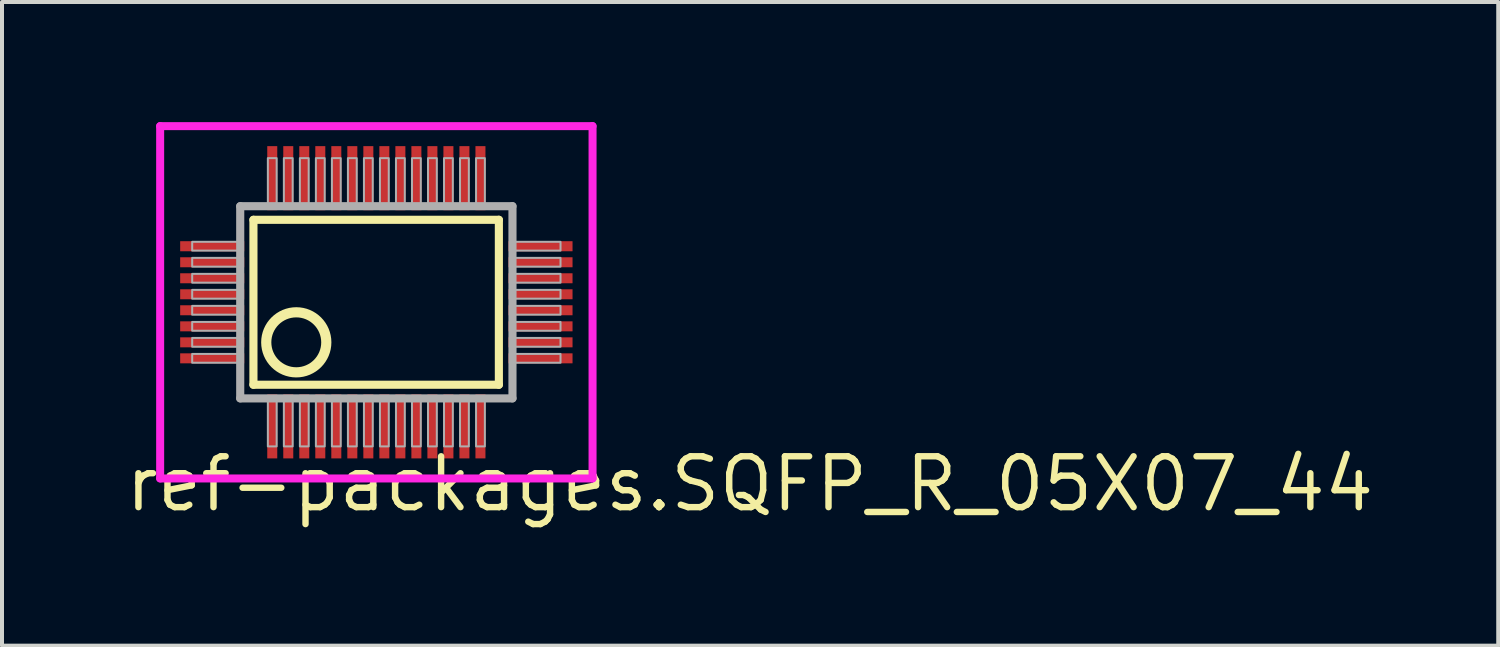
<source format=kicad_pcb>
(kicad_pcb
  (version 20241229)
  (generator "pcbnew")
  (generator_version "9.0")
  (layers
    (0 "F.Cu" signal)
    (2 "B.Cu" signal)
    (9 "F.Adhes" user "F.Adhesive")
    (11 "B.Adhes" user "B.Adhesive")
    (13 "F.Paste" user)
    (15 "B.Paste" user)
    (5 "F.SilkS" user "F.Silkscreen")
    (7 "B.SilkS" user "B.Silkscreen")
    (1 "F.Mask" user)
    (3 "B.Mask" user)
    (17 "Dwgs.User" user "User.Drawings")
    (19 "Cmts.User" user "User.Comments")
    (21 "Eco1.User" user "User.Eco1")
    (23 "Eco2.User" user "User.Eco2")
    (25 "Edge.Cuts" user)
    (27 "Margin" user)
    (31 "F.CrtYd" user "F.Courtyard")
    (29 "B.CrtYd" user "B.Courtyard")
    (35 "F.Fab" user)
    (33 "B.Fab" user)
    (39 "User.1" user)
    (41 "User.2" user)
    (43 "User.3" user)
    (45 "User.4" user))
  (footprint "ref-packages.SQFP_R_05X07_44"
    (layer "F.Cu")
    (at 6.35 4.5)
    (property "Reference" "ref-packages.SQFP_R_05X07_44" (at -6.35 5.28 0) (layer "F.SilkS") (effects (font (size 1.27 1.27) (thickness 0.16)) (justify left bottom)))
    (attr smd)
    (fp_line (start -3.07 -2.06) (end 3.06 -2.06) (stroke (width 0.203) (type default)) (layer "F.SilkS"))
    (fp_line (start -3.07 2.06) (end -3.07 -2.06) (stroke (width 0.203) (type default)) (layer "F.SilkS"))
    (fp_line (start 3.06 -2.06) (end 3.06 2.06) (stroke (width 0.203) (type default)) (layer "F.SilkS"))
    (fp_line (start 3.06 2.06) (end -3.07 2.06) (stroke (width 0.203) (type default)) (layer "F.SilkS"))
    (fp_circle (center -2 1) (end -1.25 1) (stroke (width 0.254) (type default)) (fill no) (layer "F.SilkS"))
    (fp_line (start -5.4 -4.4) (end 5.4 -4.4) (stroke (width 0.2) (type default)) (layer "F.CrtYd"))
    (fp_line (start -5.4 4.4) (end -5.4 -4.4) (stroke (width 0.2) (type default)) (layer "F.CrtYd"))
    (fp_line (start 5.4 -4.4) (end 5.4 4.4) (stroke (width 0.2) (type default)) (layer "F.CrtYd"))
    (fp_line (start 5.4 4.4) (end -5.4 4.4) (stroke (width 0.2) (type default)) (layer "F.CrtYd"))
    (fp_line (start -3.4 -2.4) (end -3.4 2.4) (stroke (width 0.203) (type default)) (layer "F.Fab"))
    (fp_line (start -3.4 2.4) (end 3.4 2.4) (stroke (width 0.203) (type default)) (layer "F.Fab"))
    (fp_line (start 3.4 -2.4) (end -3.4 -2.4) (stroke (width 0.203) (type default)) (layer "F.Fab"))
    (fp_line (start 3.4 2.4) (end 3.4 -2.4) (stroke (width 0.203) (type default)) (layer "F.Fab"))
    (fp_rect (start -4.6 -1.29) (end -3.45 -1.51) (stroke (width 0.05) (type default)) (fill no) (layer "F.Fab"))
    (fp_rect (start -4.6 -0.89) (end -3.45 -1.11) (stroke (width 0.05) (type default)) (fill no) (layer "F.Fab"))
    (fp_rect (start -4.6 -0.49) (end -3.45 -0.71) (stroke (width 0.05) (type default)) (fill no) (layer "F.Fab"))
    (fp_rect (start -4.6 -0.09) (end -3.45 -0.31) (stroke (width 0.05) (type default)) (fill no) (layer "F.Fab"))
    (fp_rect (start -4.6 0.31) (end -3.45 0.09) (stroke (width 0.05) (type default)) (fill no) (layer "F.Fab"))
    (fp_rect (start -4.6 0.71) (end -3.45 0.49) (stroke (width 0.05) (type default)) (fill no) (layer "F.Fab"))
    (fp_rect (start -4.6 1.11) (end -3.45 0.89) (stroke (width 0.05) (type default)) (fill no) (layer "F.Fab"))
    (fp_rect (start -4.6 1.51) (end -3.45 1.29) (stroke (width 0.05) (type default)) (fill no) (layer "F.Fab"))
    (fp_rect (start -2.71 -2.45) (end -2.49 -3.6) (stroke (width 0.05) (type default)) (fill no) (layer "F.Fab"))
    (fp_rect (start -2.71 3.6) (end -2.49 2.45) (stroke (width 0.05) (type default)) (fill no) (layer "F.Fab"))
    (fp_rect (start -2.31 -2.45) (end -2.09 -3.6) (stroke (width 0.05) (type default)) (fill no) (layer "F.Fab"))
    (fp_rect (start -2.31 3.6) (end -2.09 2.45) (stroke (width 0.05) (type default)) (fill no) (layer "F.Fab"))
    (fp_rect (start -1.91 -2.45) (end -1.69 -3.6) (stroke (width 0.05) (type default)) (fill no) (layer "F.Fab"))
    (fp_rect (start -1.91 3.6) (end -1.69 2.45) (stroke (width 0.05) (type default)) (fill no) (layer "F.Fab"))
    (fp_rect (start -1.51 -2.45) (end -1.29 -3.6) (stroke (width 0.05) (type default)) (fill no) (layer "F.Fab"))
    (fp_rect (start -1.51 3.6) (end -1.29 2.45) (stroke (width 0.05) (type default)) (fill no) (layer "F.Fab"))
    (fp_rect (start -1.11 -2.45) (end -0.89 -3.6) (stroke (width 0.05) (type default)) (fill no) (layer "F.Fab"))
    (fp_rect (start -1.11 3.6) (end -0.89 2.45) (stroke (width 0.05) (type default)) (fill no) (layer "F.Fab"))
    (fp_rect (start -0.71 -2.45) (end -0.49 -3.6) (stroke (width 0.05) (type default)) (fill no) (layer "F.Fab"))
    (fp_rect (start -0.71 3.6) (end -0.49 2.45) (stroke (width 0.05) (type default)) (fill no) (layer "F.Fab"))
    (fp_rect (start -0.31 -2.45) (end -0.09 -3.6) (stroke (width 0.05) (type default)) (fill no) (layer "F.Fab"))
    (fp_rect (start -0.31 3.6) (end -0.09 2.45) (stroke (width 0.05) (type default)) (fill no) (layer "F.Fab"))
    (fp_rect (start 0.09 -2.45) (end 0.31 -3.6) (stroke (width 0.05) (type default)) (fill no) (layer "F.Fab"))
    (fp_rect (start 0.09 3.6) (end 0.31 2.45) (stroke (width 0.05) (type default)) (fill no) (layer "F.Fab"))
    (fp_rect (start 0.49 -2.45) (end 0.71 -3.6) (stroke (width 0.05) (type default)) (fill no) (layer "F.Fab"))
    (fp_rect (start 0.49 3.6) (end 0.71 2.45) (stroke (width 0.05) (type default)) (fill no) (layer "F.Fab"))
    (fp_rect (start 0.89 -2.45) (end 1.11 -3.6) (stroke (width 0.05) (type default)) (fill no) (layer "F.Fab"))
    (fp_rect (start 0.89 3.6) (end 1.11 2.45) (stroke (width 0.05) (type default)) (fill no) (layer "F.Fab"))
    (fp_rect (start 1.29 -2.45) (end 1.51 -3.6) (stroke (width 0.05) (type default)) (fill no) (layer "F.Fab"))
    (fp_rect (start 1.29 3.6) (end 1.51 2.45) (stroke (width 0.05) (type default)) (fill no) (layer "F.Fab"))
    (fp_rect (start 1.69 -2.45) (end 1.91 -3.6) (stroke (width 0.05) (type default)) (fill no) (layer "F.Fab"))
    (fp_rect (start 1.69 3.6) (end 1.91 2.45) (stroke (width 0.05) (type default)) (fill no) (layer "F.Fab"))
    (fp_rect (start 2.09 -2.45) (end 2.31 -3.6) (stroke (width 0.05) (type default)) (fill no) (layer "F.Fab"))
    (fp_rect (start 2.09 3.6) (end 2.31 2.45) (stroke (width 0.05) (type default)) (fill no) (layer "F.Fab"))
    (fp_rect (start 2.49 -2.45) (end 2.71 -3.6) (stroke (width 0.05) (type default)) (fill no) (layer "F.Fab"))
    (fp_rect (start 2.49 3.6) (end 2.71 2.45) (stroke (width 0.05) (type default)) (fill no) (layer "F.Fab"))
    (fp_rect (start 3.45 -1.29) (end 4.6 -1.51) (stroke (width 0.05) (type default)) (fill no) (layer "F.Fab"))
    (fp_rect (start 3.45 -0.89) (end 4.6 -1.11) (stroke (width 0.05) (type default)) (fill no) (layer "F.Fab"))
    (fp_rect (start 3.45 -0.49) (end 4.6 -0.71) (stroke (width 0.05) (type default)) (fill no) (layer "F.Fab"))
    (fp_rect (start 3.45 -0.09) (end 4.6 -0.31) (stroke (width 0.05) (type default)) (fill no) (layer "F.Fab"))
    (fp_rect (start 3.45 0.31) (end 4.6 0.09) (stroke (width 0.05) (type default)) (fill no) (layer "F.Fab"))
    (fp_rect (start 3.45 0.71) (end 4.6 0.49) (stroke (width 0.05) (type default)) (fill no) (layer "F.Fab"))
    (fp_rect (start 3.45 1.11) (end 4.6 0.89) (stroke (width 0.05) (type default)) (fill no) (layer "F.Fab"))
    (fp_rect (start 3.45 1.51) (end 4.6 1.29) (stroke (width 0.05) (type default)) (fill no) (layer "F.Fab"))
    (pad "1" smd roundrect (at -2.6 3.1) (size 0.25 1.6) (layers "F.Cu" "F.Mask" "F.Paste") (roundrect_rratio 0.01))
    (pad "2" smd roundrect (at -2.2 3.1) (size 0.25 1.6) (layers "F.Cu" "F.Mask" "F.Paste") (roundrect_rratio 0.01))
    (pad "3" smd roundrect (at -1.8 3.1) (size 0.25 1.6) (layers "F.Cu" "F.Mask" "F.Paste") (roundrect_rratio 0.01))
    (pad "4" smd roundrect (at -1.4 3.1) (size 0.25 1.6) (layers "F.Cu" "F.Mask" "F.Paste") (roundrect_rratio 0.01))
    (pad "5" smd roundrect (at -1 3.1) (size 0.25 1.6) (layers "F.Cu" "F.Mask" "F.Paste") (roundrect_rratio 0.01))
    (pad "6" smd roundrect (at -0.6 3.1) (size 0.25 1.6) (layers "F.Cu" "F.Mask" "F.Paste") (roundrect_rratio 0.01))
    (pad "7" smd roundrect (at -0.2 3.1) (size 0.25 1.6) (layers "F.Cu" "F.Mask" "F.Paste") (roundrect_rratio 0.01))
    (pad "8" smd roundrect (at 0.2 3.1) (size 0.25 1.6) (layers "F.Cu" "F.Mask" "F.Paste") (roundrect_rratio 0.01))
    (pad "9" smd roundrect (at 0.6 3.1) (size 0.25 1.6) (layers "F.Cu" "F.Mask" "F.Paste") (roundrect_rratio 0.01))
    (pad "10" smd roundrect (at 1 3.1) (size 0.25 1.6) (layers "F.Cu" "F.Mask" "F.Paste") (roundrect_rratio 0.01))
    (pad "11" smd roundrect (at 1.4 3.1) (size 0.25 1.6) (layers "F.Cu" "F.Mask" "F.Paste") (roundrect_rratio 0.01))
    (pad "12" smd roundrect (at 1.8 3.1) (size 0.25 1.6) (layers "F.Cu" "F.Mask" "F.Paste") (roundrect_rratio 0.01))
    (pad "13" smd roundrect (at 2.2 3.1) (size 0.25 1.6) (layers "F.Cu" "F.Mask" "F.Paste") (roundrect_rratio 0.01))
    (pad "14" smd roundrect (at 2.6 3.1) (size 0.25 1.6) (layers "F.Cu" "F.Mask" "F.Paste") (roundrect_rratio 0.01))
    (pad "15" smd roundrect (at 4.1 1.4) (size 1.6 0.25) (layers "F.Cu" "F.Mask" "F.Paste") (roundrect_rratio 0.01))
    (pad "16" smd roundrect (at 4.1 1) (size 1.6 0.25) (layers "F.Cu" "F.Mask" "F.Paste") (roundrect_rratio 0.01))
    (pad "17" smd roundrect (at 4.1 0.6) (size 1.6 0.25) (layers "F.Cu" "F.Mask" "F.Paste") (roundrect_rratio 0.01))
    (pad "18" smd roundrect (at 4.1 0.2) (size 1.6 0.25) (layers "F.Cu" "F.Mask" "F.Paste") (roundrect_rratio 0.01))
    (pad "19" smd roundrect (at 4.1 -0.2) (size 1.6 0.25) (layers "F.Cu" "F.Mask" "F.Paste") (roundrect_rratio 0.01))
    (pad "20" smd roundrect (at 4.1 -0.6) (size 1.6 0.25) (layers "F.Cu" "F.Mask" "F.Paste") (roundrect_rratio 0.01))
    (pad "21" smd roundrect (at 4.1 -1) (size 1.6 0.25) (layers "F.Cu" "F.Mask" "F.Paste") (roundrect_rratio 0.01))
    (pad "22" smd roundrect (at 4.1 -1.4) (size 1.6 0.25) (layers "F.Cu" "F.Mask" "F.Paste") (roundrect_rratio 0.01))
    (pad "23" smd roundrect (at 2.6 -3.1) (size 0.25 1.6) (layers "F.Cu" "F.Mask" "F.Paste") (roundrect_rratio 0.01))
    (pad "24" smd roundrect (at 2.2 -3.1) (size 0.25 1.6) (layers "F.Cu" "F.Mask" "F.Paste") (roundrect_rratio 0.01))
    (pad "25" smd roundrect (at 1.8 -3.1) (size 0.25 1.6) (layers "F.Cu" "F.Mask" "F.Paste") (roundrect_rratio 0.01))
    (pad "26" smd roundrect (at 1.4 -3.1) (size 0.25 1.6) (layers "F.Cu" "F.Mask" "F.Paste") (roundrect_rratio 0.01))
    (pad "27" smd roundrect (at 1 -3.1) (size 0.25 1.6) (layers "F.Cu" "F.Mask" "F.Paste") (roundrect_rratio 0.01))
    (pad "28" smd roundrect (at 0.6 -3.1) (size 0.25 1.6) (layers "F.Cu" "F.Mask" "F.Paste") (roundrect_rratio 0.01))
    (pad "29" smd roundrect (at 0.2 -3.1) (size 0.25 1.6) (layers "F.Cu" "F.Mask" "F.Paste") (roundrect_rratio 0.01))
    (pad "30" smd roundrect (at -0.2 -3.1) (size 0.25 1.6) (layers "F.Cu" "F.Mask" "F.Paste") (roundrect_rratio 0.01))
    (pad "31" smd roundrect (at -0.6 -3.1) (size 0.25 1.6) (layers "F.Cu" "F.Mask" "F.Paste") (roundrect_rratio 0.01))
    (pad "32" smd roundrect (at -1 -3.1) (size 0.25 1.6) (layers "F.Cu" "F.Mask" "F.Paste") (roundrect_rratio 0.01))
    (pad "33" smd roundrect (at -1.4 -3.1) (size 0.25 1.6) (layers "F.Cu" "F.Mask" "F.Paste") (roundrect_rratio 0.01))
    (pad "34" smd roundrect (at -1.8 -3.1) (size 0.25 1.6) (layers "F.Cu" "F.Mask" "F.Paste") (roundrect_rratio 0.01))
    (pad "35" smd roundrect (at -2.2 -3.1) (size 0.25 1.6) (layers "F.Cu" "F.Mask" "F.Paste") (roundrect_rratio 0.01))
    (pad "36" smd roundrect (at -2.6 -3.1) (size 0.25 1.6) (layers "F.Cu" "F.Mask" "F.Paste") (roundrect_rratio 0.01))
    (pad "37" smd roundrect (at -4.1 -1.4) (size 1.6 0.25) (layers "F.Cu" "F.Mask" "F.Paste") (roundrect_rratio 0.01))
    (pad "38" smd roundrect (at -4.1 -1) (size 1.6 0.25) (layers "F.Cu" "F.Mask" "F.Paste") (roundrect_rratio 0.01))
    (pad "39" smd roundrect (at -4.1 -0.6) (size 1.6 0.25) (layers "F.Cu" "F.Mask" "F.Paste") (roundrect_rratio 0.01))
    (pad "40" smd roundrect (at -4.1 -0.2) (size 1.6 0.25) (layers "F.Cu" "F.Mask" "F.Paste") (roundrect_rratio 0.01))
    (pad "41" smd roundrect (at -4.1 0.2) (size 1.6 0.25) (layers "F.Cu" "F.Mask" "F.Paste") (roundrect_rratio 0.01))
    (pad "42" smd roundrect (at -4.1 0.6) (size 1.6 0.25) (layers "F.Cu" "F.Mask" "F.Paste") (roundrect_rratio 0.01))
    (pad "43" smd roundrect (at -4.1 1) (size 1.6 0.25) (layers "F.Cu" "F.Mask" "F.Paste") (roundrect_rratio 0.01))
    (pad "44" smd roundrect (at -4.1 1.4) (size 1.6 0.25) (layers "F.Cu" "F.Mask" "F.Paste") (roundrect_rratio 0.01)))
  (gr_rect
    (start -3 -3)
    (end 34.371 13.077)
    (stroke (width 0.1) (type default))
    (fill no)
    (layer "Edge.Cuts")))
</source>
